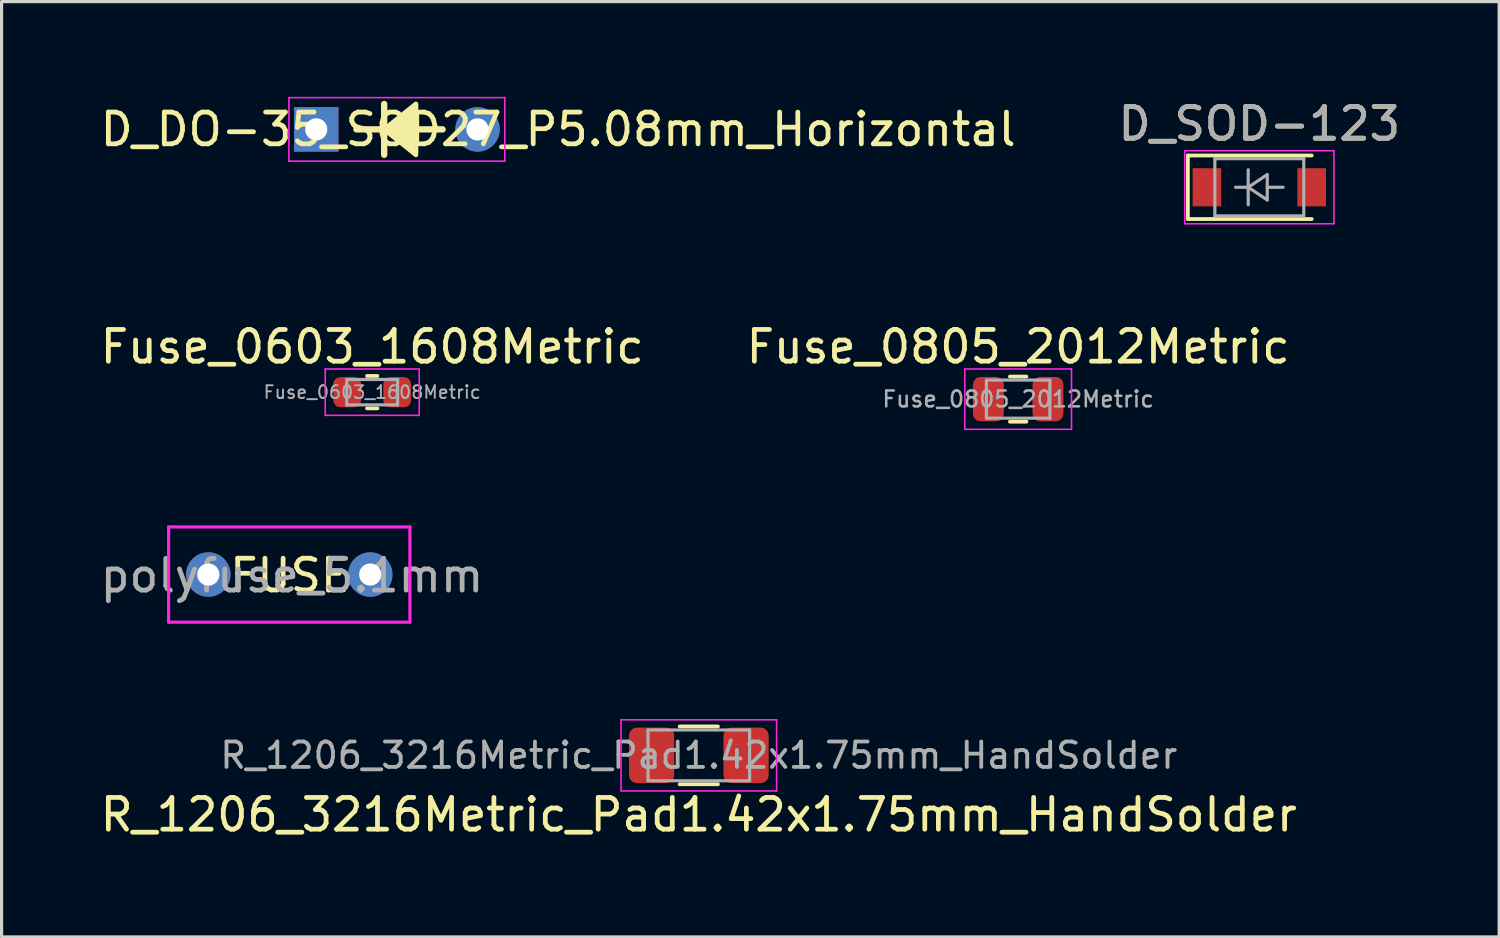
<source format=kicad_pcb>
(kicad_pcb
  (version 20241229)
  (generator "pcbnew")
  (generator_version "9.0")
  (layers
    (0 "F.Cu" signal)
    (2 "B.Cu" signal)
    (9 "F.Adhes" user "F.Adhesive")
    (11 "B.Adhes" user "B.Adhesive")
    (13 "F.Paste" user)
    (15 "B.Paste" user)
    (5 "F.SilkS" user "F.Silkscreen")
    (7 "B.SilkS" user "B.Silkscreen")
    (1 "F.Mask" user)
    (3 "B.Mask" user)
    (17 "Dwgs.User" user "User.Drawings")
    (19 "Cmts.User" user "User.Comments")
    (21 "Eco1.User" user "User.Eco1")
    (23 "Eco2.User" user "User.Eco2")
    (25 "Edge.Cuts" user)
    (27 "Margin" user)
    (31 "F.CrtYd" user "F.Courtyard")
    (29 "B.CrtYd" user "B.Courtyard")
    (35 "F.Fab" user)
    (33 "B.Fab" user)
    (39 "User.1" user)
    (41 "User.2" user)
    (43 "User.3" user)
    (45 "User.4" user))
  (footprint "Fuse_0805_2012Metric"
    (layer "F.Cu")
    (at 29.018 9.521)
    (property "Reference" "Fuse_0805_2012Metric" (at 0 -1.65 0) (layer "F.SilkS") (effects (font (size 1 1) (thickness 0.15))))
    (attr smd)
    (fp_line (start -0.259 -0.71) (end 0.259 -0.71) (stroke (width 0.12) (type solid)) (layer "F.SilkS"))
    (fp_line (start -0.259 0.71) (end 0.259 0.71) (stroke (width 0.12) (type solid)) (layer "F.SilkS"))
    (fp_line (start -1.68 -0.95) (end 1.68 -0.95) (stroke (width 0.05) (type solid)) (layer "F.CrtYd"))
    (fp_line (start -1.68 0.95) (end -1.68 -0.95) (stroke (width 0.05) (type solid)) (layer "F.CrtYd"))
    (fp_line (start 1.68 -0.95) (end 1.68 0.95) (stroke (width 0.05) (type solid)) (layer "F.CrtYd"))
    (fp_line (start 1.68 0.95) (end -1.68 0.95) (stroke (width 0.05) (type solid)) (layer "F.CrtYd"))
    (fp_line (start -1 -0.6) (end 1 -0.6) (stroke (width 0.1) (type solid)) (layer "F.Fab"))
    (fp_line (start -1 0.6) (end -1 -0.6) (stroke (width 0.1) (type solid)) (layer "F.Fab"))
    (fp_line (start 1 -0.6) (end 1 0.6) (stroke (width 0.1) (type solid)) (layer "F.Fab"))
    (fp_line (start 1 0.6) (end -1 0.6) (stroke (width 0.1) (type solid)) (layer "F.Fab"))
    (fp_text user "${REFERENCE}" (at 0 0 0) (layer "F.Fab") (effects (font (size 0.5 0.5) (thickness 0.08))))
    (pad "1" smd roundrect (at -0.938 0) (size 0.975 1.4) (layers "F.Cu" "F.Mask" "F.Paste") (roundrect_rratio 0.25))
    (pad "2" smd roundrect (at 0.938 0) (size 0.975 1.4) (layers "F.Cu" "F.Mask" "F.Paste") (roundrect_rratio 0.25)))
  (footprint "D_SOD-123"
    (layer "F.Cu")
    (at 36.613 2.848)
    (property "Reference" "D_SOD-123" (at 0 -2 180) (layer "F.SilkS") (effects (font (size 1 1) (thickness 0.15))))
    (attr smd)
    (fp_line (start -2.25 -1) (end -2.25 1) (stroke (width 0.12) (type solid)) (layer "F.SilkS"))
    (fp_line (start -2.25 -1) (end 1.65 -1) (stroke (width 0.12) (type solid)) (layer "F.SilkS"))
    (fp_line (start -2.25 1) (end 1.65 1) (stroke (width 0.12) (type solid)) (layer "F.SilkS"))
    (fp_line (start -2.35 -1.15) (end -2.35 1.15) (stroke (width 0.05) (type solid)) (layer "F.CrtYd"))
    (fp_line (start -2.35 -1.15) (end 2.35 -1.15) (stroke (width 0.05) (type solid)) (layer "F.CrtYd"))
    (fp_line (start 2.35 -1.15) (end 2.35 1.15) (stroke (width 0.05) (type solid)) (layer "F.CrtYd"))
    (fp_line (start 2.35 1.15) (end -2.35 1.15) (stroke (width 0.05) (type solid)) (layer "F.CrtYd"))
    (fp_line (start -1.4 -0.9) (end 1.4 -0.9) (stroke (width 0.1) (type solid)) (layer "F.Fab"))
    (fp_line (start -1.4 0.9) (end -1.4 -0.9) (stroke (width 0.1) (type solid)) (layer "F.Fab"))
    (fp_line (start -0.75 0) (end -0.35 0) (stroke (width 0.1) (type solid)) (layer "F.Fab"))
    (fp_line (start -0.35 0) (end -0.35 -0.55) (stroke (width 0.1) (type solid)) (layer "F.Fab"))
    (fp_line (start -0.35 0) (end -0.35 0.55) (stroke (width 0.1) (type solid)) (layer "F.Fab"))
    (fp_line (start -0.35 0) (end 0.25 -0.4) (stroke (width 0.1) (type solid)) (layer "F.Fab"))
    (fp_line (start 0.25 -0.4) (end 0.25 0.4) (stroke (width 0.1) (type solid)) (layer "F.Fab"))
    (fp_line (start 0.25 0) (end 0.75 0) (stroke (width 0.1) (type solid)) (layer "F.Fab"))
    (fp_line (start 0.25 0.4) (end -0.35 0) (stroke (width 0.1) (type solid)) (layer "F.Fab"))
    (fp_line (start 1.4 -0.9) (end 1.4 0.9) (stroke (width 0.1) (type solid)) (layer "F.Fab"))
    (fp_line (start 1.4 0.9) (end -1.4 0.9) (stroke (width 0.1) (type solid)) (layer "F.Fab"))
    (fp_text user "${REFERENCE}" (at 0 -2 180) (layer "F.Fab") (effects (font (size 1 1) (thickness 0.15))))
    (pad "1" smd rect (at -1.65 0) (size 0.9 1.2) (layers "F.Cu" "F.Mask" "F.Paste"))
    (pad "2" smd rect (at 1.65 0) (size 0.9 1.2) (layers "F.Cu" "F.Mask" "F.Paste")))
  (footprint "Fuse_0603_1608Metric"
    (layer "F.Cu")
    (at 8.673 9.302)
    (property "Reference" "Fuse_0603_1608Metric" (at 0 -1.43 0) (layer "F.SilkS") (effects (font (size 1 1) (thickness 0.15))))
    (attr smd)
    (fp_line (start -0.163 -0.51) (end 0.163 -0.51) (stroke (width 0.12) (type solid)) (layer "F.SilkS"))
    (fp_line (start -0.163 0.51) (end 0.163 0.51) (stroke (width 0.12) (type solid)) (layer "F.SilkS"))
    (fp_line (start -1.48 -0.73) (end 1.48 -0.73) (stroke (width 0.05) (type solid)) (layer "F.CrtYd"))
    (fp_line (start -1.48 0.73) (end -1.48 -0.73) (stroke (width 0.05) (type solid)) (layer "F.CrtYd"))
    (fp_line (start 1.48 -0.73) (end 1.48 0.73) (stroke (width 0.05) (type solid)) (layer "F.CrtYd"))
    (fp_line (start 1.48 0.73) (end -1.48 0.73) (stroke (width 0.05) (type solid)) (layer "F.CrtYd"))
    (fp_line (start -0.8 -0.4) (end 0.8 -0.4) (stroke (width 0.1) (type solid)) (layer "F.Fab"))
    (fp_line (start -0.8 0.4) (end -0.8 -0.4) (stroke (width 0.1) (type solid)) (layer "F.Fab"))
    (fp_line (start 0.8 -0.4) (end 0.8 0.4) (stroke (width 0.1) (type solid)) (layer "F.Fab"))
    (fp_line (start 0.8 0.4) (end -0.8 0.4) (stroke (width 0.1) (type solid)) (layer "F.Fab"))
    (fp_text user "${REFERENCE}" (at 0 0 0) (layer "F.Fab") (effects (font (size 0.4 0.4) (thickness 0.06))))
    (pad "1" smd roundrect (at -0.787 0) (size 0.875 0.95) (layers "F.Cu" "F.Mask" "F.Paste") (roundrect_rratio 0.25))
    (pad "2" smd roundrect (at 0.787 0) (size 0.875 0.95) (layers "F.Cu" "F.Mask" "F.Paste") (roundrect_rratio 0.25)))
  (footprint "R_1206_3216Metric_Pad1.42x1.75mm_HandSolder"
    (layer "F.Cu")
    (at 18.96 20.741)
    (property "Reference" "R_1206_3216Metric_Pad1.42x1.75mm_HandSolder" (at -0.002 1.87 180) (layer "F.SilkS") (effects (font (size 1 1) (thickness 0.15))))
    (attr smd)
    (fp_line (start -0.602 -0.91) (end 0.602 -0.91) (stroke (width 0.12) (type solid)) (layer "F.SilkS"))
    (fp_line (start -0.602 0.91) (end 0.602 0.91) (stroke (width 0.12) (type solid)) (layer "F.SilkS"))
    (fp_line (start -2.45 -1.12) (end 2.45 -1.12) (stroke (width 0.05) (type solid)) (layer "F.CrtYd"))
    (fp_line (start -2.45 1.12) (end -2.45 -1.12) (stroke (width 0.05) (type solid)) (layer "F.CrtYd"))
    (fp_line (start 2.45 -1.12) (end 2.45 1.12) (stroke (width 0.05) (type solid)) (layer "F.CrtYd"))
    (fp_line (start 2.45 1.12) (end -2.45 1.12) (stroke (width 0.05) (type solid)) (layer "F.CrtYd"))
    (fp_line (start -1.6 -0.8) (end 1.6 -0.8) (stroke (width 0.1) (type solid)) (layer "F.Fab"))
    (fp_line (start -1.6 0.8) (end -1.6 -0.8) (stroke (width 0.1) (type solid)) (layer "F.Fab"))
    (fp_line (start 1.6 -0.8) (end 1.6 0.8) (stroke (width 0.1) (type solid)) (layer "F.Fab"))
    (fp_line (start 1.6 0.8) (end -1.6 0.8) (stroke (width 0.1) (type solid)) (layer "F.Fab"))
    (fp_text user "${REFERENCE}" (at 0 0 180) (layer "F.Fab") (effects (font (size 0.8 0.8) (thickness 0.12))))
    (pad "1" smd roundrect (at -1.488 0) (size 1.425 1.75) (layers "F.Cu" "F.Mask" "F.Paste") (roundrect_rratio 0.175))
    (pad "2" smd roundrect (at 1.488 0) (size 1.425 1.75) (layers "F.Cu" "F.Mask" "F.Paste") (roundrect_rratio 0.175)))
  (footprint "polyfuse_5.1mm"
    (layer "F.Cu")
    (at 6.061 15.046)
    (property "Reference" "polyfuse_5.1mm" (at 0.087 0.035 0) (layer "F.Fab") (effects (font (size 1 1) (thickness 0.15))))
    (attr through_hole)
    (fp_line (start -3.8 -1.5) (end 3.8 -1.5) (stroke (width 0.1) (type solid)) (layer "F.CrtYd"))
    (fp_line (start -3.8 1.5) (end -3.8 -1.5) (stroke (width 0.1) (type solid)) (layer "F.CrtYd"))
    (fp_line (start 3.8 -1.5) (end 3.8 1.5) (stroke (width 0.1) (type solid)) (layer "F.CrtYd"))
    (fp_line (start 3.8 1.5) (end -3.8 1.5) (stroke (width 0.1) (type solid)) (layer "F.CrtYd"))
    (fp_text user "FUSE" (at 0.02 0.03 0) (layer "F.SilkS") (effects (font (size 1 1) (thickness 0.15))))
    (pad "1" thru_hole circle (at -2.55 0) (size 1.4 1.4) (drill 0.7) (layers "*.Cu" "*.Mask"))
    (pad "2" thru_hole circle (at 2.55 0) (size 1.4 1.4) (drill 0.7) (layers "*.Cu" "*.Mask")))
  (footprint "D_DO-35_SOD27_P5.08mm_Horizontal"
    (layer "F.Cu")
    (at 9.45 1.025)
    (property "Reference" "D_DO-35_SOD27_P5.08mm_Horizontal" (at 5.08 0 0) (layer "F.SilkS") (effects (font (size 1 1) (thickness 0.15))))
    (attr through_hole)
    (fp_line (start -1.274 0) (end 1.44 0) (stroke (width 0.2) (type solid)) (layer "F.SilkS"))
    (fp_line (start -0.4 -0.8) (end -0.4 0.8) (stroke (width 0.2) (type solid)) (layer "F.SilkS"))
    (fp_poly (pts (xy 0.6 -0.8) (xy 0.6 0.8) (xy -0.4 0)) (stroke (width 0.15) (type solid)) (fill yes) (layer "F.SilkS"))
    (fp_line (start -3.4 -1) (end -3.4 1) (stroke (width 0.05) (type solid)) (layer "F.CrtYd"))
    (fp_line (start -3.4 1) (end 3.4 1) (stroke (width 0.05) (type solid)) (layer "F.CrtYd"))
    (fp_line (start 3.4 -1) (end -3.4 -1) (stroke (width 0.05) (type solid)) (layer "F.CrtYd"))
    (fp_line (start 3.4 1) (end 3.4 -1) (stroke (width 0.05) (type solid)) (layer "F.CrtYd"))
    (pad "1" thru_hole rect (at -2.54 0) (size 1.4 1.4) (drill 0.7) (layers "*.Cu" "*.Mask"))
    (pad "2" thru_hole circle (at 2.54 0) (size 1.4 1.4) (drill 0.7) (layers "*.Cu" "*.Mask")))
  (gr_rect
    (start -3 -3)
    (end 44.167 26.46)
    (stroke (width 0.1) (type default))
    (fill no)
    (layer "Edge.Cuts")))
</source>
